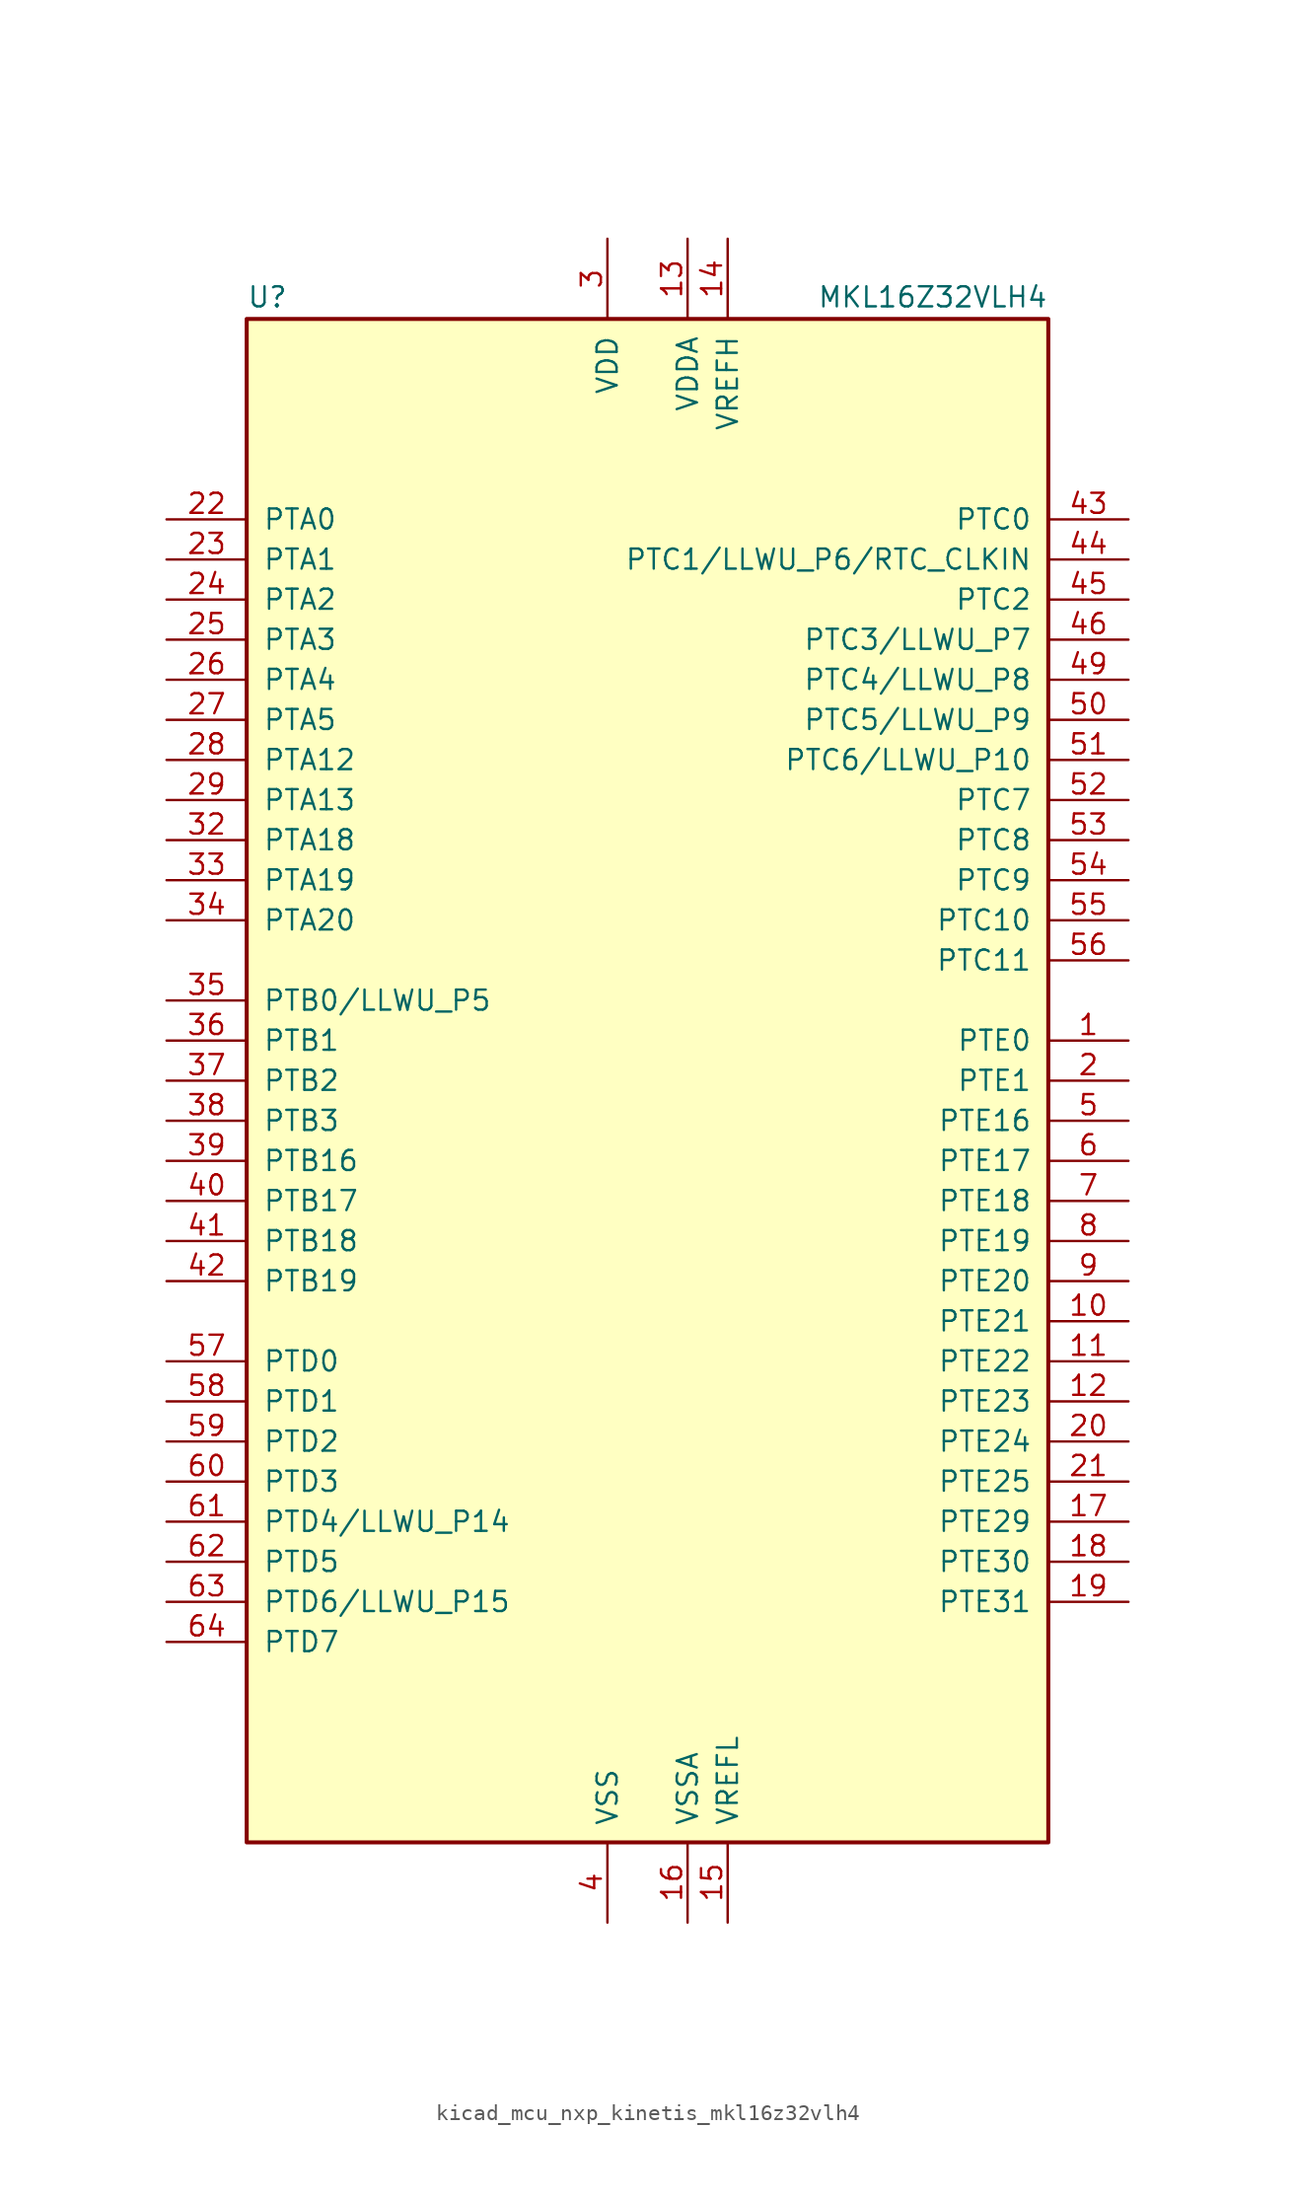
<source format=kicad_sym>
(kicad_symbol_lib
  (version 20220914)
  (generator kicad_symbol_editor)
  (symbol "kicad_mcu_nxp_kinetis_mkl16z32vlh4"
    (pin_names
      (offset 1.016))
    (property "Reference" "U"
      (at -25.4 48.895 0)
      (effects (font (size 1.27 1.27)) (justify left bottom)))
    (property "Value" "MKL16Z32VLH4"
      (at 25.4 48.895 0)
      (effects (font (size 1.27 1.27)) (justify right bottom)))
    (symbol "kicad_mcu_nxp_kinetis_mkl16z32vlh4_0_1"
      (rectangle (start -25.4 48.26) (end 25.4 -48.26) (stroke (width 0.254) (type default)) (fill (type background))))
    (symbol "kicad_mcu_nxp_kinetis_mkl16z32vlh4_1_1"
      (pin bidirectional line (at 30.48 2.54 180) (length 5.08) (name "PTE0" (effects (font (size 1.27 1.27)))) (number "1" (effects (font (size 1.27 1.27)))))
      (pin bidirectional line (at 30.48 -15.24 180) (length 5.08) (name "PTE21" (effects (font (size 1.27 1.27)))) (number "10" (effects (font (size 1.27 1.27)))))
      (pin bidirectional line (at 30.48 -17.78 180) (length 5.08) (name "PTE22" (effects (font (size 1.27 1.27)))) (number "11" (effects (font (size 1.27 1.27)))))
      (pin bidirectional line (at 30.48 -20.32 180) (length 5.08) (name "PTE23" (effects (font (size 1.27 1.27)))) (number "12" (effects (font (size 1.27 1.27)))))
      (pin power_in line (at 2.54 53.34 270) (length 5.08) (name "VDDA" (effects (font (size 1.27 1.27)))) (number "13" (effects (font (size 1.27 1.27)))))
      (pin power_in line (at 5.08 53.34 270) (length 5.08) (name "VREFH" (effects (font (size 1.27 1.27)))) (number "14" (effects (font (size 1.27 1.27)))))
      (pin power_in line (at 5.08 -53.34 90) (length 5.08) (name "VREFL" (effects (font (size 1.27 1.27)))) (number "15" (effects (font (size 1.27 1.27)))))
      (pin power_in line (at 2.54 -53.34 90) (length 5.08) (name "VSSA" (effects (font (size 1.27 1.27)))) (number "16" (effects (font (size 1.27 1.27)))))
      (pin bidirectional line (at 30.48 -27.94 180) (length 5.08) (name "PTE29" (effects (font (size 1.27 1.27)))) (number "17" (effects (font (size 1.27 1.27)))))
      (pin bidirectional line (at 30.48 -30.48 180) (length 5.08) (name "PTE30" (effects (font (size 1.27 1.27)))) (number "18" (effects (font (size 1.27 1.27)))))
      (pin bidirectional line (at 30.48 -33.02 180) (length 5.08) (name "PTE31" (effects (font (size 1.27 1.27)))) (number "19" (effects (font (size 1.27 1.27)))))
      (pin bidirectional line (at 30.48 0 180) (length 5.08) (name "PTE1" (effects (font (size 1.27 1.27)))) (number "2" (effects (font (size 1.27 1.27)))))
      (pin bidirectional line (at 30.48 -22.86 180) (length 5.08) (name "PTE24" (effects (font (size 1.27 1.27)))) (number "20" (effects (font (size 1.27 1.27)))))
      (pin bidirectional line (at 30.48 -25.4 180) (length 5.08) (name "PTE25" (effects (font (size 1.27 1.27)))) (number "21" (effects (font (size 1.27 1.27)))))
      (pin bidirectional line (at -30.48 35.56 0) (length 5.08) (name "PTA0" (effects (font (size 1.27 1.27)))) (number "22" (effects (font (size 1.27 1.27)))))
      (pin bidirectional line (at -30.48 33.02 0) (length 5.08) (name "PTA1" (effects (font (size 1.27 1.27)))) (number "23" (effects (font (size 1.27 1.27)))))
      (pin bidirectional line (at -30.48 30.48 0) (length 5.08) (name "PTA2" (effects (font (size 1.27 1.27)))) (number "24" (effects (font (size 1.27 1.27)))))
      (pin bidirectional line (at -30.48 27.94 0) (length 5.08) (name "PTA3" (effects (font (size 1.27 1.27)))) (number "25" (effects (font (size 1.27 1.27)))))
      (pin bidirectional line (at -30.48 25.4 0) (length 5.08) (name "PTA4" (effects (font (size 1.27 1.27)))) (number "26" (effects (font (size 1.27 1.27)))))
      (pin bidirectional line (at -30.48 22.86 0) (length 5.08) (name "PTA5" (effects (font (size 1.27 1.27)))) (number "27" (effects (font (size 1.27 1.27)))))
      (pin bidirectional line (at -30.48 20.32 0) (length 5.08) (name "PTA12" (effects (font (size 1.27 1.27)))) (number "28" (effects (font (size 1.27 1.27)))))
      (pin bidirectional line (at -30.48 17.78 0) (length 5.08) (name "PTA13" (effects (font (size 1.27 1.27)))) (number "29" (effects (font (size 1.27 1.27)))))
      (pin power_in line (at -2.54 53.34 270) (length 5.08) (name "VDD" (effects (font (size 1.27 1.27)))) (number "3" (effects (font (size 1.27 1.27)))))
      (pin passive line (at -2.54 53.34 270) (length 5.08) hide (name "VDD" (effects (font (size 1.27 1.27)))) (number "30" (effects (font (size 1.27 1.27)))))
      (pin passive line (at -2.54 -53.34 90) (length 5.08) hide (name "VSS" (effects (font (size 1.27 1.27)))) (number "31" (effects (font (size 1.27 1.27)))))
      (pin bidirectional line (at -30.48 15.24 0) (length 5.08) (name "PTA18" (effects (font (size 1.27 1.27)))) (number "32" (effects (font (size 1.27 1.27)))))
      (pin bidirectional line (at -30.48 12.7 0) (length 5.08) (name "PTA19" (effects (font (size 1.27 1.27)))) (number "33" (effects (font (size 1.27 1.27)))))
      (pin bidirectional line (at -30.48 10.16 0) (length 5.08) (name "PTA20" (effects (font (size 1.27 1.27)))) (number "34" (effects (font (size 1.27 1.27)))))
      (pin bidirectional line (at -30.48 5.08 0) (length 5.08) (name "PTB0/LLWU_P5" (effects (font (size 1.27 1.27)))) (number "35" (effects (font (size 1.27 1.27)))))
      (pin bidirectional line (at -30.48 2.54 0) (length 5.08) (name "PTB1" (effects (font (size 1.27 1.27)))) (number "36" (effects (font (size 1.27 1.27)))))
      (pin bidirectional line (at -30.48 0 0) (length 5.08) (name "PTB2" (effects (font (size 1.27 1.27)))) (number "37" (effects (font (size 1.27 1.27)))))
      (pin bidirectional line (at -30.48 -2.54 0) (length 5.08) (name "PTB3" (effects (font (size 1.27 1.27)))) (number "38" (effects (font (size 1.27 1.27)))))
      (pin bidirectional line (at -30.48 -5.08 0) (length 5.08) (name "PTB16" (effects (font (size 1.27 1.27)))) (number "39" (effects (font (size 1.27 1.27)))))
      (pin power_in line (at -2.54 -53.34 90) (length 5.08) (name "VSS" (effects (font (size 1.27 1.27)))) (number "4" (effects (font (size 1.27 1.27)))))
      (pin bidirectional line (at -30.48 -7.62 0) (length 5.08) (name "PTB17" (effects (font (size 1.27 1.27)))) (number "40" (effects (font (size 1.27 1.27)))))
      (pin bidirectional line (at -30.48 -10.16 0) (length 5.08) (name "PTB18" (effects (font (size 1.27 1.27)))) (number "41" (effects (font (size 1.27 1.27)))))
      (pin bidirectional line (at -30.48 -12.7 0) (length 5.08) (name "PTB19" (effects (font (size 1.27 1.27)))) (number "42" (effects (font (size 1.27 1.27)))))
      (pin bidirectional line (at 30.48 35.56 180) (length 5.08) (name "PTC0" (effects (font (size 1.27 1.27)))) (number "43" (effects (font (size 1.27 1.27)))))
      (pin bidirectional line (at 30.48 33.02 180) (length 5.08) (name "PTC1/LLWU_P6/RTC_CLKIN" (effects (font (size 1.27 1.27)))) (number "44" (effects (font (size 1.27 1.27)))))
      (pin bidirectional line (at 30.48 30.48 180) (length 5.08) (name "PTC2" (effects (font (size 1.27 1.27)))) (number "45" (effects (font (size 1.27 1.27)))))
      (pin bidirectional line (at 30.48 27.94 180) (length 5.08) (name "PTC3/LLWU_P7" (effects (font (size 1.27 1.27)))) (number "46" (effects (font (size 1.27 1.27)))))
      (pin passive line (at -2.54 -53.34 90) (length 5.08) hide (name "VSS" (effects (font (size 1.27 1.27)))) (number "47" (effects (font (size 1.27 1.27)))))
      (pin passive line (at -2.54 53.34 270) (length 5.08) hide (name "VDD" (effects (font (size 1.27 1.27)))) (number "48" (effects (font (size 1.27 1.27)))))
      (pin bidirectional line (at 30.48 25.4 180) (length 5.08) (name "PTC4/LLWU_P8" (effects (font (size 1.27 1.27)))) (number "49" (effects (font (size 1.27 1.27)))))
      (pin bidirectional line (at 30.48 -2.54 180) (length 5.08) (name "PTE16" (effects (font (size 1.27 1.27)))) (number "5" (effects (font (size 1.27 1.27)))))
      (pin bidirectional line (at 30.48 22.86 180) (length 5.08) (name "PTC5/LLWU_P9" (effects (font (size 1.27 1.27)))) (number "50" (effects (font (size 1.27 1.27)))))
      (pin bidirectional line (at 30.48 20.32 180) (length 5.08) (name "PTC6/LLWU_P10" (effects (font (size 1.27 1.27)))) (number "51" (effects (font (size 1.27 1.27)))))
      (pin bidirectional line (at 30.48 17.78 180) (length 5.08) (name "PTC7" (effects (font (size 1.27 1.27)))) (number "52" (effects (font (size 1.27 1.27)))))
      (pin bidirectional line (at 30.48 15.24 180) (length 5.08) (name "PTC8" (effects (font (size 1.27 1.27)))) (number "53" (effects (font (size 1.27 1.27)))))
      (pin bidirectional line (at 30.48 12.7 180) (length 5.08) (name "PTC9" (effects (font (size 1.27 1.27)))) (number "54" (effects (font (size 1.27 1.27)))))
      (pin bidirectional line (at 30.48 10.16 180) (length 5.08) (name "PTC10" (effects (font (size 1.27 1.27)))) (number "55" (effects (font (size 1.27 1.27)))))
      (pin bidirectional line (at 30.48 7.62 180) (length 5.08) (name "PTC11" (effects (font (size 1.27 1.27)))) (number "56" (effects (font (size 1.27 1.27)))))
      (pin bidirectional line (at -30.48 -17.78 0) (length 5.08) (name "PTD0" (effects (font (size 1.27 1.27)))) (number "57" (effects (font (size 1.27 1.27)))))
      (pin bidirectional line (at -30.48 -20.32 0) (length 5.08) (name "PTD1" (effects (font (size 1.27 1.27)))) (number "58" (effects (font (size 1.27 1.27)))))
      (pin bidirectional line (at -30.48 -22.86 0) (length 5.08) (name "PTD2" (effects (font (size 1.27 1.27)))) (number "59" (effects (font (size 1.27 1.27)))))
      (pin bidirectional line (at 30.48 -5.08 180) (length 5.08) (name "PTE17" (effects (font (size 1.27 1.27)))) (number "6" (effects (font (size 1.27 1.27)))))
      (pin bidirectional line (at -30.48 -25.4 0) (length 5.08) (name "PTD3" (effects (font (size 1.27 1.27)))) (number "60" (effects (font (size 1.27 1.27)))))
      (pin bidirectional line (at -30.48 -27.94 0) (length 5.08) (name "PTD4/LLWU_P14" (effects (font (size 1.27 1.27)))) (number "61" (effects (font (size 1.27 1.27)))))
      (pin bidirectional line (at -30.48 -30.48 0) (length 5.08) (name "PTD5" (effects (font (size 1.27 1.27)))) (number "62" (effects (font (size 1.27 1.27)))))
      (pin bidirectional line (at -30.48 -33.02 0) (length 5.08) (name "PTD6/LLWU_P15" (effects (font (size 1.27 1.27)))) (number "63" (effects (font (size 1.27 1.27)))))
      (pin bidirectional line (at -30.48 -35.56 0) (length 5.08) (name "PTD7" (effects (font (size 1.27 1.27)))) (number "64" (effects (font (size 1.27 1.27)))))
      (pin bidirectional line (at 30.48 -7.62 180) (length 5.08) (name "PTE18" (effects (font (size 1.27 1.27)))) (number "7" (effects (font (size 1.27 1.27)))))
      (pin bidirectional line (at 30.48 -10.16 180) (length 5.08) (name "PTE19" (effects (font (size 1.27 1.27)))) (number "8" (effects (font (size 1.27 1.27)))))
      (pin bidirectional line (at 30.48 -12.7 180) (length 5.08) (name "PTE20" (effects (font (size 1.27 1.27)))) (number "9" (effects (font (size 1.27 1.27))))))))
</source>
